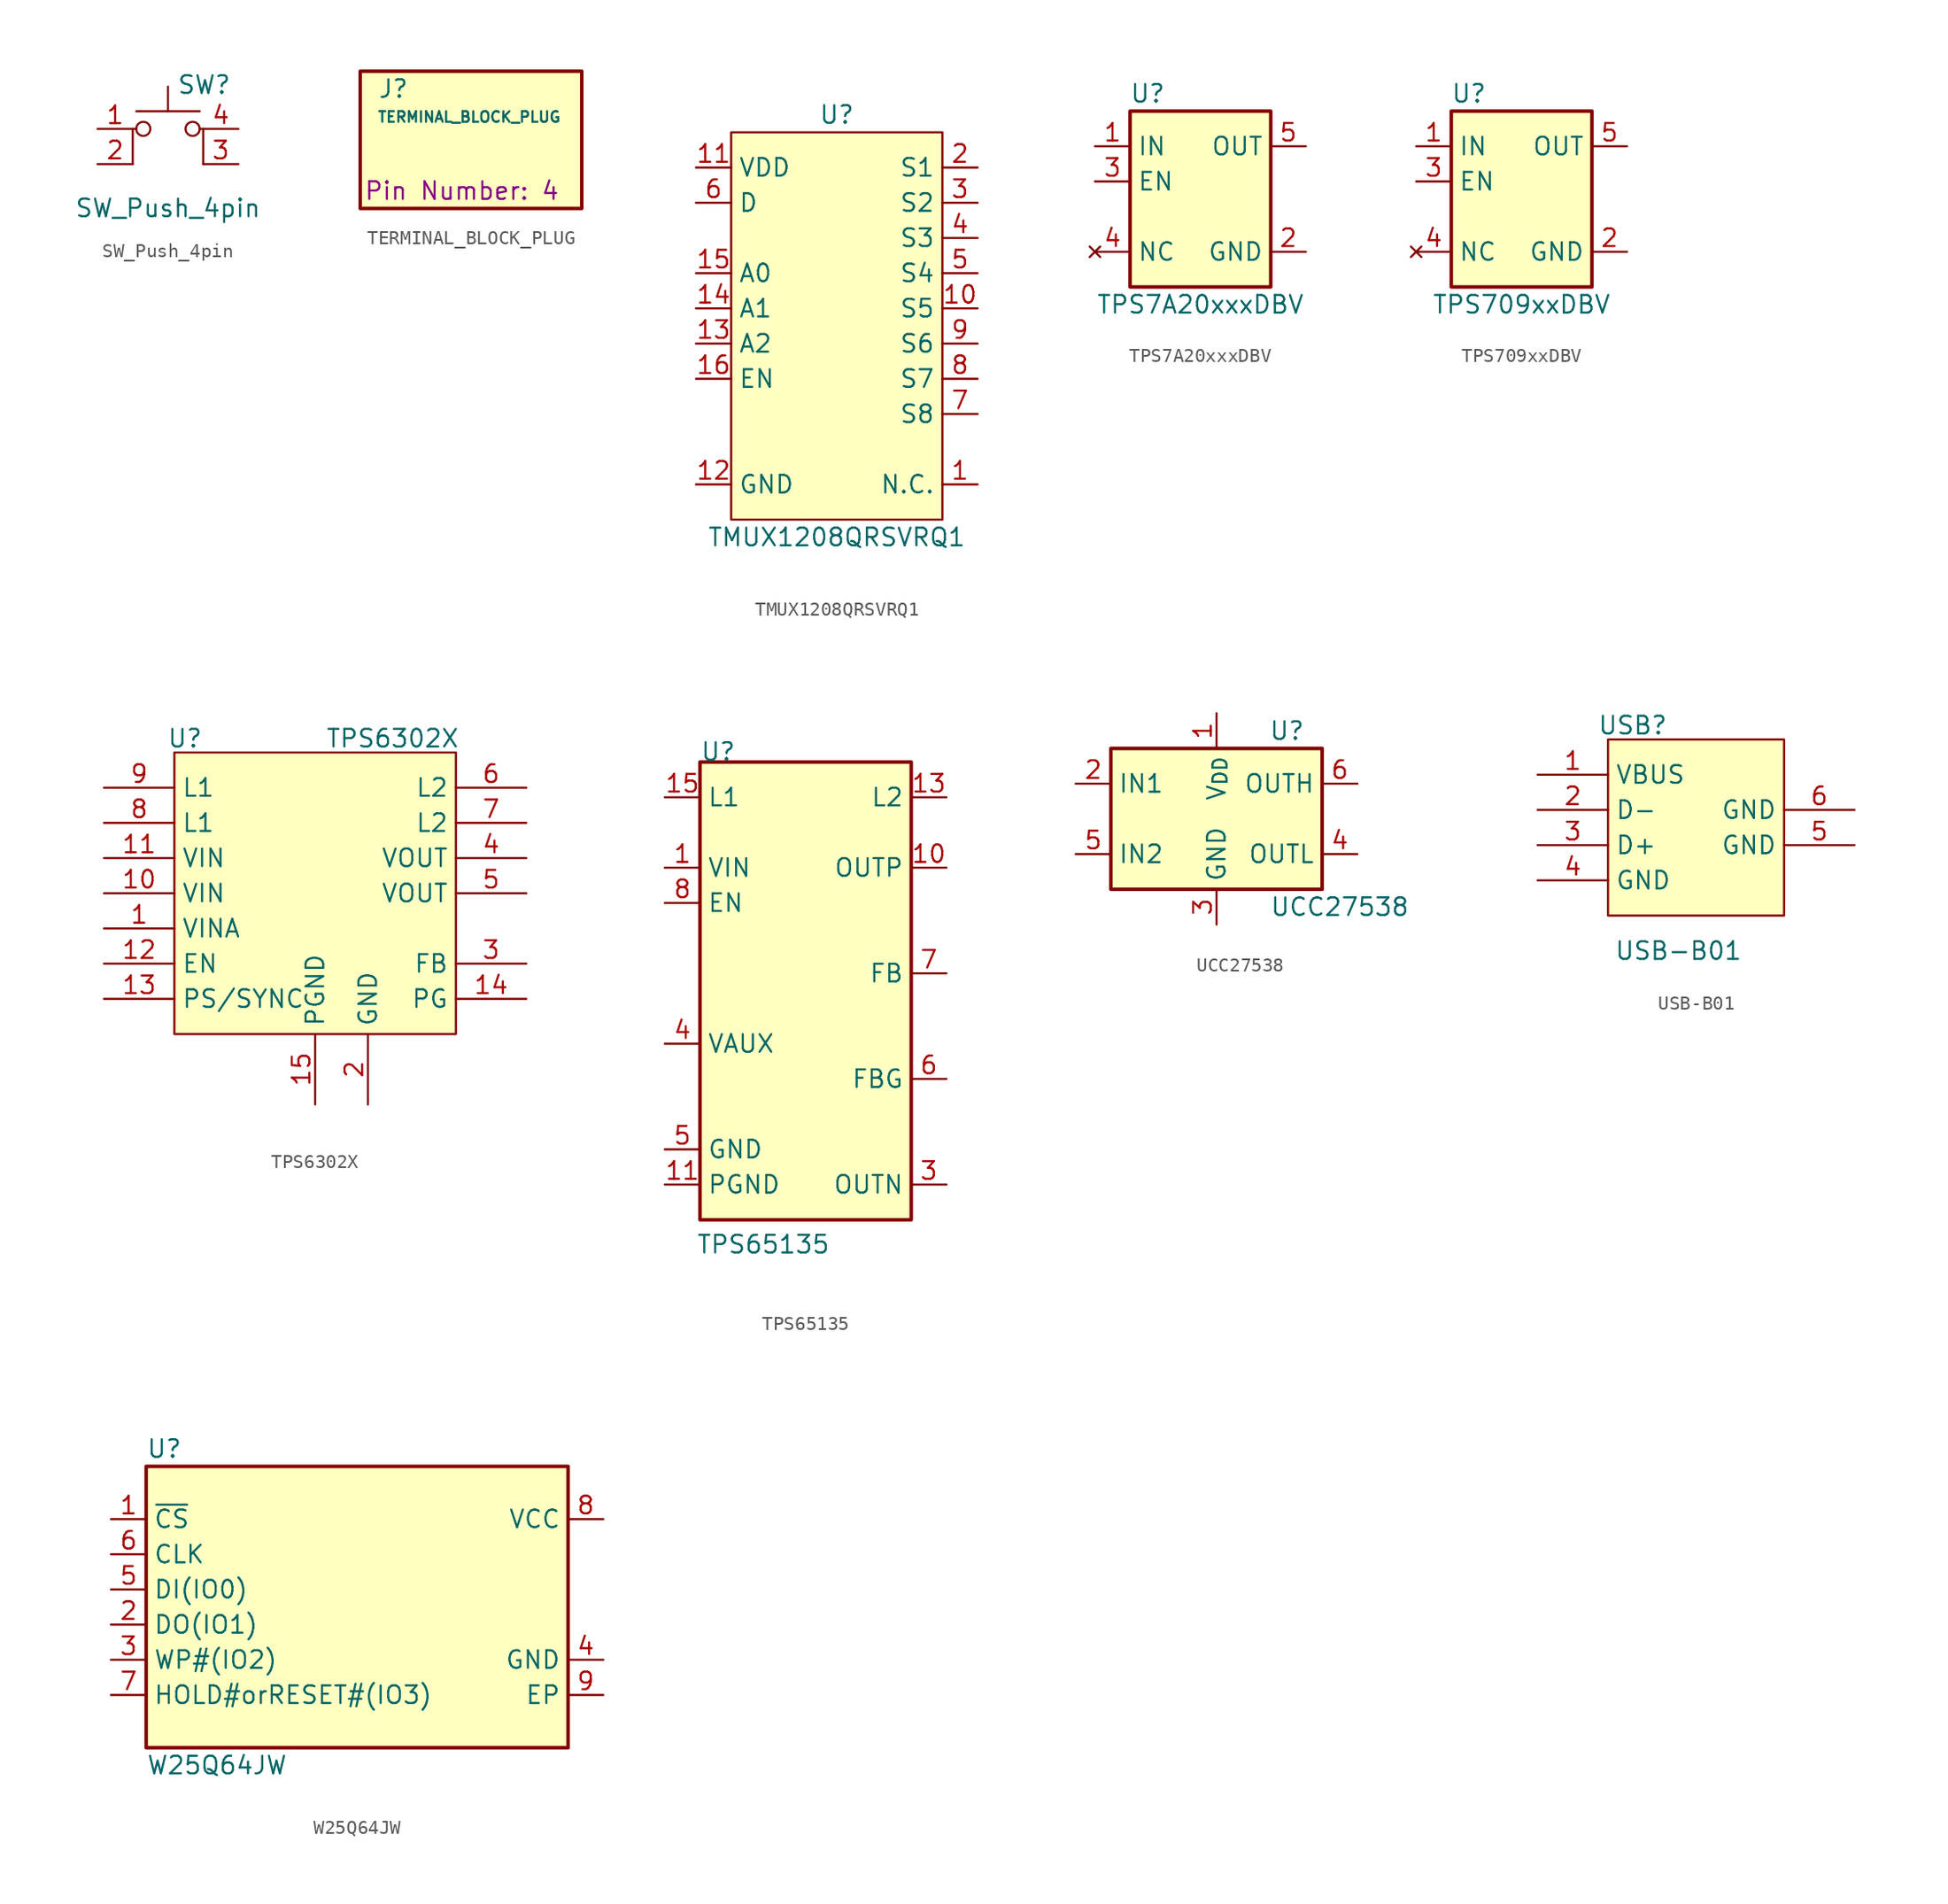
<source format=kicad_sym>
(kicad_symbol_lib
  (version 20241209)
  (generator "kicad_symbol_editor")
  (generator_version "9.0")
  (symbol "SW_Push_4pin"
    (pin_names
      (offset 1.016)
      (hide yes))
    (property "Reference" "SW"
      (at 0.635 5.715 0)
      (effects (font (size 1.27 1.27)) (justify left)))
    (property "Value" "SW_Push_4pin"
      (at 0 -3.175 0)
      (effects (font (size 1.27 1.27))))
    (symbol "SW_Push_4pin_0_1"
      (polyline (pts (xy -2.54 0) (xy -2.54 2.54) (xy -2.286 2.54)) (stroke (width 0) (type default)) (fill (type none)))
      (polyline (pts (xy -2.286 3.81) (xy 2.286 3.81)) (stroke (width 0) (type default)) (fill (type none)))
      (circle (center -1.778 2.54) (radius 0.508) (stroke (width 0) (type default)) (fill (type none)))
      (polyline (pts (xy 0 3.81) (xy 0 5.588)) (stroke (width 0) (type default)) (fill (type none)))
      (circle (center 1.778 2.54) (radius 0.508) (stroke (width 0) (type default)) (fill (type none)))
      (polyline (pts (xy 2.54 0) (xy 2.54 2.54) (xy 2.286 2.54)) (stroke (width 0) (type default)) (fill (type none)))
      (pin passive line (at -5.08 2.54 0) (length 2.54) (name "1" (effects (font (size 1.27 1.27)))) (number "1" (effects (font (size 1.27 1.27)))))
      (pin passive line (at -5.08 0 0) (length 2.54) (name "2" (effects (font (size 1.27 1.27)))) (number "2" (effects (font (size 1.27 1.27)))))
      (pin passive line (at 5.08 2.54 180) (length 2.54) (name "A" (effects (font (size 1.27 1.27)))) (number "4" (effects (font (size 1.27 1.27)))))
      (pin passive line (at 5.08 0 180) (length 2.54) (name "K" (effects (font (size 1.27 1.27)))) (number "3" (effects (font (size 1.27 1.27)))))))
  (symbol "TERMINAL_BLOCK_PLUG"
    (pin_numbers
      (hide yes))
    (pin_names
      (offset 1.016)
      (hide yes))
    (property "Reference" "J"
      (at -6.35 3.81 0)
      (effects (font (size 1.27 1.27)) (justify left)))
    (property "Value" "TERMINAL_BLOCK_PLUG"
      (at 0.254 1.778 0)
      (effects (font (size 0.762 0.762))))
    (property "Pin Number" "4"
      (at -7.366 -3.556 0)
      (show_name)
      (effects (font (size 1.27 1.27)) (justify left)))
    (symbol "TERMINAL_BLOCK_PLUG_0_1"
      (rectangle (start -7.62 5.08) (end 8.382 -4.826) (stroke (width 0.254) (type default)) (fill (type background)))))
  (symbol "TMUX1208QRSVRQ1"
    (property "Reference" "U"
      (at 0 13.97 0)
      (effects (font (size 1.27 1.27))))
    (property "Value" "TMUX1208QRSVRQ1"
      (at 0 -16.51 0)
      (effects (font (size 1.27 1.27))))
    (symbol "TMUX1208QRSVRQ1_0_1"
      (rectangle (start -7.62 12.7) (end 7.62 -15.24) (stroke (width 0) (type default)) (fill (type background)))
      (pin unspecified line (at -10.16 10.16 0) (length 2.54) (name "VDD" (effects (font (size 1.27 1.27)))) (number "11" (effects (font (size 1.27 1.27)))))
      (pin unspecified line (at -10.16 7.62 0) (length 2.54) (name "D" (effects (font (size 1.27 1.27)))) (number "6" (effects (font (size 1.27 1.27)))))
      (pin unspecified line (at -10.16 2.54 0) (length 2.54) (name "A0" (effects (font (size 1.27 1.27)))) (number "15" (effects (font (size 1.27 1.27)))))
      (pin unspecified line (at -10.16 0 0) (length 2.54) (name "A1" (effects (font (size 1.27 1.27)))) (number "14" (effects (font (size 1.27 1.27)))))
      (pin unspecified line (at -10.16 -2.54 0) (length 2.54) (name "A2" (effects (font (size 1.27 1.27)))) (number "13" (effects (font (size 1.27 1.27)))))
      (pin unspecified line (at -10.16 -5.08 0) (length 2.54) (name "EN" (effects (font (size 1.27 1.27)))) (number "16" (effects (font (size 1.27 1.27)))))
      (pin unspecified line (at -10.16 -12.7 0) (length 2.54) (name "GND" (effects (font (size 1.27 1.27)))) (number "12" (effects (font (size 1.27 1.27)))))
      (pin unspecified line (at 10.16 10.16 180) (length 2.54) (name "S1" (effects (font (size 1.27 1.27)))) (number "2" (effects (font (size 1.27 1.27)))))
      (pin unspecified line (at 10.16 7.62 180) (length 2.54) (name "S2" (effects (font (size 1.27 1.27)))) (number "3" (effects (font (size 1.27 1.27)))))
      (pin unspecified line (at 10.16 5.08 180) (length 2.54) (name "S3" (effects (font (size 1.27 1.27)))) (number "4" (effects (font (size 1.27 1.27)))))
      (pin unspecified line (at 10.16 2.54 180) (length 2.54) (name "S4" (effects (font (size 1.27 1.27)))) (number "5" (effects (font (size 1.27 1.27)))))
      (pin unspecified line (at 10.16 0 180) (length 2.54) (name "S5" (effects (font (size 1.27 1.27)))) (number "10" (effects (font (size 1.27 1.27)))))
      (pin unspecified line (at 10.16 -2.54 180) (length 2.54) (name "S6" (effects (font (size 1.27 1.27)))) (number "9" (effects (font (size 1.27 1.27)))))
      (pin unspecified line (at 10.16 -5.08 180) (length 2.54) (name "S7" (effects (font (size 1.27 1.27)))) (number "8" (effects (font (size 1.27 1.27)))))
      (pin unspecified line (at 10.16 -7.62 180) (length 2.54) (name "S8" (effects (font (size 1.27 1.27)))) (number "7" (effects (font (size 1.27 1.27)))))
      (pin unspecified line (at 10.16 -12.7 180) (length 2.54) (name "N.C." (effects (font (size 1.27 1.27)))) (number "1" (effects (font (size 1.27 1.27)))))))
  (symbol "TPS7A20xxxDBV"
    (property "Reference" "U"
      (at -3.81 6.35 0)
      (effects (font (size 1.27 1.27))))
    (property "Value" "TPS7A20xxxDBV"
      (at 0 -8.89 0)
      (effects (font (size 1.27 1.27))))
    (symbol "TPS7A20xxxDBV_0_1"
      (rectangle (start -5.08 5.08) (end 5.08 -7.62) (stroke (width 0.254) (type default)) (fill (type background)))
      (pin input line (at -7.62 0 0) (length 2.54) (name "EN" (effects (font (size 1.27 1.27)))) (number "3" (effects (font (size 1.27 1.27)))))
      (pin power_in line (at 7.62 -5.08 180) (length 2.54) (name "GND" (effects (font (size 1.27 1.27)))) (number "2" (effects (font (size 1.27 1.27))))))
    (symbol "TPS7A20xxxDBV_1_1"
      (pin power_in line (at -7.62 2.54 0) (length 2.54) (name "IN" (effects (font (size 1.27 1.27)))) (number "1" (effects (font (size 1.27 1.27)))))
      (pin no_connect line (at -7.62 -5.08 0) (length 2.54) (name "NC" (effects (font (size 1.27 1.27)))) (number "4" (effects (font (size 1.27 1.27)))))
      (pin power_out line (at 7.62 2.54 180) (length 2.54) (name "OUT" (effects (font (size 1.27 1.27)))) (number "5" (effects (font (size 1.27 1.27)))))))
  (symbol "TPS709xxDBV"
    (property "Reference" "U"
      (at -3.81 6.35 0)
      (effects (font (size 1.27 1.27))))
    (property "Value" "TPS709xxDBV"
      (at 0 -8.89 0)
      (effects (font (size 1.27 1.27))))
    (symbol "TPS709xxDBV_0_1"
      (rectangle (start -5.08 5.08) (end 5.08 -7.62) (stroke (width 0.254) (type default)) (fill (type background)))
      (pin input line (at -7.62 0 0) (length 2.54) (name "EN" (effects (font (size 1.27 1.27)))) (number "3" (effects (font (size 1.27 1.27)))))
      (pin power_in line (at 7.62 -5.08 180) (length 2.54) (name "GND" (effects (font (size 1.27 1.27)))) (number "2" (effects (font (size 1.27 1.27))))))
    (symbol "TPS709xxDBV_1_1"
      (pin power_in line (at -7.62 2.54 0) (length 2.54) (name "IN" (effects (font (size 1.27 1.27)))) (number "1" (effects (font (size 1.27 1.27)))))
      (pin no_connect line (at -7.62 -5.08 0) (length 2.54) (name "NC" (effects (font (size 1.27 1.27)))) (number "4" (effects (font (size 1.27 1.27)))))
      (pin power_out line (at 7.62 2.54 180) (length 2.54) (name "OUT" (effects (font (size 1.27 1.27)))) (number "5" (effects (font (size 1.27 1.27)))))))
  (symbol "TPS6302X"
    (property "Reference" "U"
      (at -9.398 13.716 0)
      (effects (font (size 1.27 1.27))))
    (property "Value" "TPS6302X"
      (at 5.588 13.716 0)
      (effects (font (size 1.27 1.27))))
    (symbol "TPS6302X_0_1"
      (rectangle (start -10.16 12.7) (end 10.16 -7.62) (stroke (width 0) (type default)) (fill (type background)))
      (pin unspecified line (at -15.24 10.16 0) (length 5.08) (name "L1" (effects (font (size 1.27 1.27)))) (number "9" (effects (font (size 1.27 1.27)))))
      (pin unspecified line (at -15.24 7.62 0) (length 5.08) (name "L1" (effects (font (size 1.27 1.27)))) (number "8" (effects (font (size 1.27 1.27)))))
      (pin unspecified line (at -15.24 5.08 0) (length 5.08) (name "VIN" (effects (font (size 1.27 1.27)))) (number "11" (effects (font (size 1.27 1.27)))))
      (pin unspecified line (at -15.24 2.54 0) (length 5.08) (name "VIN" (effects (font (size 1.27 1.27)))) (number "10" (effects (font (size 1.27 1.27)))))
      (pin unspecified line (at -15.24 0 0) (length 5.08) (name "VINA" (effects (font (size 1.27 1.27)))) (number "1" (effects (font (size 1.27 1.27)))))
      (pin unspecified line (at -15.24 -2.54 0) (length 5.08) (name "EN" (effects (font (size 1.27 1.27)))) (number "12" (effects (font (size 1.27 1.27)))))
      (pin unspecified line (at -15.24 -5.08 0) (length 5.08) (name "PS/SYNC" (effects (font (size 1.27 1.27)))) (number "13" (effects (font (size 1.27 1.27)))))
      (pin unspecified line (at 0 -12.7 90) (length 5.08) (name "PGND" (effects (font (size 1.27 1.27)))) (number "15" (effects (font (size 1.27 1.27)))))
      (pin unspecified line (at 3.81 -12.7 90) (length 5.08) (name "GND" (effects (font (size 1.27 1.27)))) (number "2" (effects (font (size 1.27 1.27)))))
      (pin unspecified line (at 15.24 10.16 180) (length 5.08) (name "L2" (effects (font (size 1.27 1.27)))) (number "6" (effects (font (size 1.27 1.27)))))
      (pin unspecified line (at 15.24 7.62 180) (length 5.08) (name "L2" (effects (font (size 1.27 1.27)))) (number "7" (effects (font (size 1.27 1.27)))))
      (pin unspecified line (at 15.24 5.08 180) (length 5.08) (name "VOUT" (effects (font (size 1.27 1.27)))) (number "4" (effects (font (size 1.27 1.27)))))
      (pin unspecified line (at 15.24 2.54 180) (length 5.08) (name "VOUT" (effects (font (size 1.27 1.27)))) (number "5" (effects (font (size 1.27 1.27)))))
      (pin unspecified line (at 15.24 -2.54 180) (length 5.08) (name "FB" (effects (font (size 1.27 1.27)))) (number "3" (effects (font (size 1.27 1.27)))))
      (pin unspecified line (at 15.24 -5.08 180) (length 5.08) (name "PG" (effects (font (size 1.27 1.27)))) (number "14" (effects (font (size 1.27 1.27)))))))
  (symbol "TPS65135"
    (property "Reference" "U"
      (at -7.62 17.78 0)
      (effects (font (size 1.27 1.27)) (justify left bottom)))
    (property "Value" "TPS65135"
      (at -3.048 -17.018 0)
      (effects (font (size 1.27 1.27))))
    (symbol "TPS65135_0_1"
      (rectangle (start -7.62 17.78) (end 7.62 -15.24) (stroke (width 0.254) (type default)) (fill (type background))))
    (symbol "TPS65135_1_1"
      (pin passive line (at -10.16 15.24 0) (length 2.54) (name "L1" (effects (font (size 1.27 1.27)))) (number "15" (effects (font (size 1.27 1.27)))))
      (pin passive line (at -10.16 15.24 0) (length 2.54) (hide yes) (name "L1" (effects (font (size 1.27 1.27)))) (number "16" (effects (font (size 1.27 1.27)))))
      (pin power_in line (at -10.16 10.16 0) (length 2.54) (name "VIN" (effects (font (size 1.27 1.27)))) (number "1" (effects (font (size 1.27 1.27)))))
      (pin input line (at -10.16 7.62 0) (length 2.54) (name "EN" (effects (font (size 1.27 1.27)))) (number "8" (effects (font (size 1.27 1.27)))))
      (pin passive line (at -10.16 -2.54 0) (length 2.54) (name "VAUX" (effects (font (size 1.27 1.27)))) (number "4" (effects (font (size 1.27 1.27)))))
      (pin power_in line (at -10.16 -10.16 0) (length 2.54) (name "GND" (effects (font (size 1.27 1.27)))) (number "5" (effects (font (size 1.27 1.27)))))
      (pin power_in line (at -10.16 -12.7 0) (length 2.54) (name "PGND" (effects (font (size 1.27 1.27)))) (number "11" (effects (font (size 1.27 1.27)))))
      (pin power_in line (at -10.16 -12.7 0) (length 2.54) (hide yes) (name "PGND" (effects (font (size 1.27 1.27)))) (number "12" (effects (font (size 1.27 1.27)))))
      (pin passive line (at 10.16 15.24 180) (length 2.54) (name "L2" (effects (font (size 1.27 1.27)))) (number "13" (effects (font (size 1.27 1.27)))))
      (pin passive line (at 10.16 15.24 180) (length 2.54) (hide yes) (name "L2" (effects (font (size 1.27 1.27)))) (number "14" (effects (font (size 1.27 1.27)))))
      (pin power_out line (at 10.16 10.16 180) (length 2.54) (name "OUTP" (effects (font (size 1.27 1.27)))) (number "10" (effects (font (size 1.27 1.27)))))
      (pin power_out line (at 10.16 10.16 180) (length 2.54) (hide yes) (name "OUTP" (effects (font (size 1.27 1.27)))) (number "9" (effects (font (size 1.27 1.27)))))
      (pin passive line (at 10.16 2.54 180) (length 2.54) (name "FB" (effects (font (size 1.27 1.27)))) (number "7" (effects (font (size 1.27 1.27)))))
      (pin passive line (at 10.16 -5.08 180) (length 2.54) (name "FBG" (effects (font (size 1.27 1.27)))) (number "6" (effects (font (size 1.27 1.27)))))
      (pin power_out line (at 10.16 -12.7 180) (length 2.54) (hide yes) (name "OUTN" (effects (font (size 1.27 1.27)))) (number "2" (effects (font (size 1.27 1.27)))))
      (pin power_out line (at 10.16 -12.7 180) (length 2.54) (name "OUTN" (effects (font (size 1.27 1.27)))) (number "3" (effects (font (size 1.27 1.27)))))))
  (symbol "UCC27538"
    (property "Reference" "U"
      (at 5.08 6.35 0)
      (effects (font (size 1.27 1.27))))
    (property "Value" "UCC27538"
      (at 8.89 -6.35 0)
      (effects (font (size 1.27 1.27))))
    (symbol "UCC27538_0_1"
      (rectangle (start -7.62 5.08) (end 7.62 -5.08) (stroke (width 0.254) (type default)) (fill (type background))))
    (symbol "UCC27538_1_1"
      (pin input line (at -10.16 2.54 0) (length 2.54) (name "IN1" (effects (font (size 1.27 1.27)))) (number "2" (effects (font (size 1.27 1.27)))))
      (pin input line (at -10.16 -2.54 0) (length 2.54) (name "IN2" (effects (font (size 1.27 1.27)))) (number "5" (effects (font (size 1.27 1.27)))))
      (pin power_in line (at 0 7.62 270) (length 2.54) (name "V_{DD}" (effects (font (size 1.27 1.27)))) (number "1" (effects (font (size 1.27 1.27)))))
      (pin power_in line (at 0 -7.62 90) (length 2.54) (name "GND" (effects (font (size 1.27 1.27)))) (number "3" (effects (font (size 1.27 1.27)))))
      (pin output line (at 10.16 2.54 180) (length 2.54) (name "OUTH" (effects (font (size 1.27 1.27)))) (number "6" (effects (font (size 1.27 1.27)))))
      (pin output line (at 10.16 -2.54 180) (length 2.54) (name "OUTL" (effects (font (size 1.27 1.27)))) (number "4" (effects (font (size 1.27 1.27)))))))
  (symbol "USB-B01"
    (property "Reference" "USB"
      (at -3.302 8.636 0)
      (effects (font (size 1.27 1.27))))
    (property "Value" "USB-B01"
      (at 0 -7.62 0)
      (effects (font (size 1.27 1.27))))
    (symbol "USB-B01_0_1"
      (rectangle (start -5.08 7.62) (end 7.62 -5.08) (stroke (width 0) (type default)) (fill (type background)))
      (pin unspecified line (at -10.16 5.08 0) (length 5.08) (name "VBUS" (effects (font (size 1.27 1.27)))) (number "1" (effects (font (size 1.27 1.27)))))
      (pin unspecified line (at -10.16 2.54 0) (length 5.08) (name "D-" (effects (font (size 1.27 1.27)))) (number "2" (effects (font (size 1.27 1.27)))))
      (pin unspecified line (at -10.16 0 0) (length 5.08) (name "D+" (effects (font (size 1.27 1.27)))) (number "3" (effects (font (size 1.27 1.27)))))
      (pin unspecified line (at -10.16 -2.54 0) (length 5.08) (name "GND" (effects (font (size 1.27 1.27)))) (number "4" (effects (font (size 1.27 1.27)))))
      (pin unspecified line (at 12.7 2.54 180) (length 5.08) (name "GND" (effects (font (size 1.27 1.27)))) (number "6" (effects (font (size 1.27 1.27)))))
      (pin unspecified line (at 12.7 0 180) (length 5.08) (name "GND" (effects (font (size 1.27 1.27)))) (number "5" (effects (font (size 1.27 1.27)))))))
  (symbol "W25Q64JW"
    (property "Reference" "U"
      (at -15.24 10.16 0)
      (effects (font (size 1.27 1.27)) (justify left)))
    (property "Value" "W25Q64JW"
      (at -15.24 -12.7 0)
      (effects (font (size 1.27 1.27)) (justify left)))
    (symbol "W25Q64JW_0_1"
      (rectangle (start -15.24 8.89) (end 15.24 -11.43) (stroke (width 0.254) (type default)) (fill (type background)))
      (pin input line (at -17.78 5.08 0) (length 2.54) (name "~{CS}" (effects (font (size 1.27 1.27)))) (number "1" (effects (font (size 1.27 1.27)))))
      (pin input line (at -17.78 2.54 0) (length 2.54) (name "CLK" (effects (font (size 1.27 1.27)))) (number "6" (effects (font (size 1.27 1.27)))))
      (pin bidirectional line (at -17.78 0 0) (length 2.54) (name "DI(IO0)" (effects (font (size 1.27 1.27)))) (number "5" (effects (font (size 1.27 1.27)))))
      (pin bidirectional line (at -17.78 -2.54 0) (length 2.54) (name "DO(IO1)" (effects (font (size 1.27 1.27)))) (number "2" (effects (font (size 1.27 1.27)))))
      (pin bidirectional line (at -17.78 -5.08 0) (length 2.54) (name "WP#(IO2)" (effects (font (size 1.27 1.27)))) (number "3" (effects (font (size 1.27 1.27)))))
      (pin bidirectional line (at -17.78 -7.62 0) (length 2.54) (name "HOLD#orRESET#(IO3)" (effects (font (size 1.27 1.27)))) (number "7" (effects (font (size 1.27 1.27)))))
      (pin power_in line (at 17.78 5.08 180) (length 2.54) (name "VCC" (effects (font (size 1.27 1.27)))) (number "8" (effects (font (size 1.27 1.27)))))
      (pin power_in line (at 17.78 -5.08 180) (length 2.54) (name "GND" (effects (font (size 1.27 1.27)))) (number "4" (effects (font (size 1.27 1.27)))))
      (pin power_in line (at 17.78 -7.62 180) (length 2.54) (name "EP" (effects (font (size 1.27 1.27)))) (number "9" (effects (font (size 1.27 1.27))))))))
</source>
